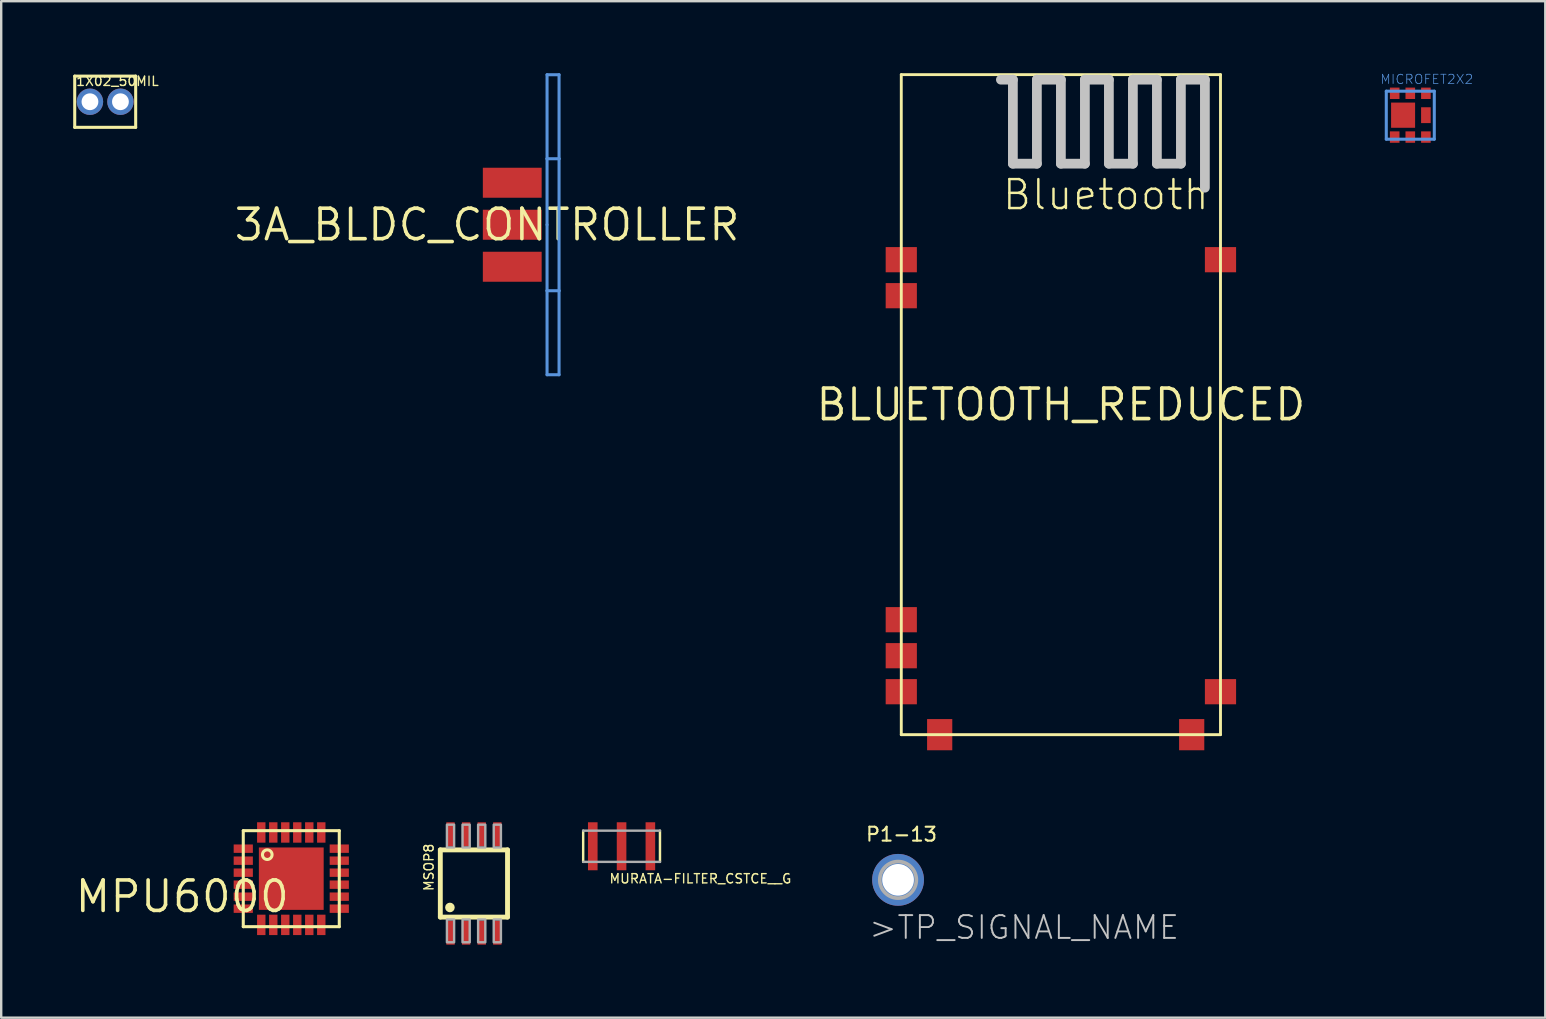
<source format=kicad_pcb>
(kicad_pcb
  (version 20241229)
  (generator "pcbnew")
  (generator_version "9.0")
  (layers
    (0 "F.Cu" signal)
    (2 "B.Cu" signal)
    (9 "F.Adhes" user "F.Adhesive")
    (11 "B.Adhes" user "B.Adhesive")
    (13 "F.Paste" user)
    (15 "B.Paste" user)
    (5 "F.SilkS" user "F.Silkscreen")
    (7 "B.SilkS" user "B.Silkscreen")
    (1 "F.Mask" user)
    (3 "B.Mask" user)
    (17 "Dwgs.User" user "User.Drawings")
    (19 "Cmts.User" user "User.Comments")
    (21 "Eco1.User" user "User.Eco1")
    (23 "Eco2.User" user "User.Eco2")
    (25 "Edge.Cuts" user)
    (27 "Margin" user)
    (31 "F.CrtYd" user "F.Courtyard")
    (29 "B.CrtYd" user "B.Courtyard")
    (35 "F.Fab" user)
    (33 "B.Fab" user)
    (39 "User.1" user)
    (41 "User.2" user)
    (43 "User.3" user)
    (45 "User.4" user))
  (footprint "MURATA-FILTER_CSTCE__G"
    (layer "F.Cu")
    (at 22.848 32.21)
    (property "Reference" "MURATA-FILTER_CSTCE__G" (at -0.54 1.576 0) (layer "F.SilkS") (effects (font (size 0.386 0.386) (thickness 0.058)) (justify left bottom)))
    (attr through_hole)
    (fp_line (start -1.6 -0.65) (end -1.6 0.65) (stroke (width 0.102) (type solid)) (layer "F.SilkS"))
    (fp_line (start 1.6 0.65) (end 1.6 -0.65) (stroke (width 0.102) (type solid)) (layer "F.SilkS"))
    (fp_line (start -1.6 0.65) (end 1.6 0.65) (stroke (width 0.102) (type solid)) (layer "F.Fab"))
    (fp_line (start 1.6 -0.65) (end -1.6 -0.65) (stroke (width 0.102) (type solid)) (layer "F.Fab"))
    (pad "1" smd rect (at -1.2 0) (size 0.4 2) (layers "F.Cu" "F.Mask" "F.Paste"))
    (pad "2" smd rect (at 0 0) (size 0.4 2) (layers "F.Cu" "F.Mask" "F.Paste"))
    (pad "3" smd rect (at 1.2 0) (size 0.4 2) (layers "F.Cu" "F.Mask" "F.Paste")))
  (footprint "MPU6000"
    (layer "F.Cu")
    (at 9.086 33.56)
    (property "Reference" "MPU6000" (at 0 0 0) (layer "F.SilkS") (effects (font (size 1.27 1.27) (thickness 0.15)) (justify right top)))
    (attr through_hole)
    (fp_line (start -2 -2) (end 2 -2) (stroke (width 0.127) (type solid)) (layer "F.SilkS"))
    (fp_line (start -2 2) (end -2 -2) (stroke (width 0.127) (type solid)) (layer "F.SilkS"))
    (fp_line (start 2 -2) (end 2 2) (stroke (width 0.127) (type solid)) (layer "F.SilkS"))
    (fp_line (start 2 2) (end -2 2) (stroke (width 0.127) (type solid)) (layer "F.SilkS"))
    (fp_circle (center -1 -1) (end -0.8 -1) (stroke (width 0.127) (type solid)) (fill no) (layer "F.SilkS"))
    (pad "1" smd rect (at -2 -1.25) (size 0.8 0.35) (layers "F.Cu" "F.Mask" "F.Paste"))
    (pad "2" smd rect (at -2 -0.75) (size 0.8 0.35) (layers "F.Cu" "F.Mask" "F.Paste"))
    (pad "3" smd rect (at -2 -0.25) (size 0.8 0.35) (layers "F.Cu" "F.Mask" "F.Paste"))
    (pad "4" smd rect (at -2 0.25) (size 0.8 0.35) (layers "F.Cu" "F.Mask" "F.Paste"))
    (pad "5" smd rect (at -2 0.75) (size 0.8 0.35) (layers "F.Cu" "F.Mask" "F.Paste"))
    (pad "6" smd rect (at -2 1.25) (size 0.8 0.35) (layers "F.Cu" "F.Mask" "F.Paste"))
    (pad "7" smd rect (at -1.25 1.925) (size 0.35 0.85) (layers "F.Cu" "F.Mask" "F.Paste"))
    (pad "8" smd rect (at -0.75 1.925) (size 0.35 0.85) (layers "F.Cu" "F.Mask" "F.Paste"))
    (pad "9" smd rect (at -0.25 1.925) (size 0.35 0.85) (layers "F.Cu" "F.Mask" "F.Paste"))
    (pad "10" smd rect (at 0.25 1.925) (size 0.35 0.85) (layers "F.Cu" "F.Mask" "F.Paste"))
    (pad "11" smd rect (at 0.75 1.925) (size 0.35 0.85) (layers "F.Cu" "F.Mask" "F.Paste"))
    (pad "12" smd rect (at 1.25 1.925) (size 0.35 0.85) (layers "F.Cu" "F.Mask" "F.Paste"))
    (pad "13" smd rect (at 2 1.25) (size 0.8 0.35) (layers "F.Cu" "F.Mask" "F.Paste"))
    (pad "14" smd rect (at 2 0.75) (size 0.8 0.35) (layers "F.Cu" "F.Mask" "F.Paste"))
    (pad "15" smd rect (at 2 0.25) (size 0.8 0.35) (layers "F.Cu" "F.Mask" "F.Paste"))
    (pad "16" smd rect (at 2 -0.25) (size 0.8 0.35) (layers "F.Cu" "F.Mask" "F.Paste"))
    (pad "17" smd rect (at 2 -0.75) (size 0.8 0.35) (layers "F.Cu" "F.Mask" "F.Paste"))
    (pad "18" smd rect (at 2 -1.25) (size 0.8 0.35) (layers "F.Cu" "F.Mask" "F.Paste"))
    (pad "19" smd rect (at 1.25 -1.925) (size 0.35 0.85) (layers "F.Cu" "F.Mask" "F.Paste"))
    (pad "20" smd rect (at 0.75 -1.925) (size 0.35 0.85) (layers "F.Cu" "F.Mask" "F.Paste"))
    (pad "21" smd rect (at 0.25 -1.925) (size 0.35 0.85) (layers "F.Cu" "F.Mask" "F.Paste"))
    (pad "22" smd rect (at -0.25 -1.925) (size 0.35 0.85) (layers "F.Cu" "F.Mask" "F.Paste"))
    (pad "23" smd rect (at -0.75 -1.925) (size 0.35 0.85) (layers "F.Cu" "F.Mask" "F.Paste"))
    (pad "24" smd rect (at -1.25 -1.925) (size 0.35 0.85) (layers "F.Cu" "F.Mask" "F.Paste"))
    (pad "25" smd rect (at 0 0) (size 2.7 2.6) (layers "F.Cu" "F.Mask")))
  (footprint "MSOP8"
    (layer "F.Cu")
    (at 16.696 33.76)
    (property "Reference" "MSOP8" (at -1.65 0.35 90) (layer "F.SilkS") (effects (font (size 0.386 0.386) (thickness 0.058)) (justify left bottom)))
    (attr through_hole)
    (fp_line (start -1.4 -1.4) (end 1.4 -1.4) (stroke (width 0.203) (type solid)) (layer "F.SilkS"))
    (fp_line (start -1.4 1.4) (end -1.4 -1.4) (stroke (width 0.203) (type solid)) (layer "F.SilkS"))
    (fp_line (start 1.4 -1.4) (end 1.4 1.4) (stroke (width 0.203) (type solid)) (layer "F.SilkS"))
    (fp_line (start 1.4 1.4) (end -1.4 1.4) (stroke (width 0.203) (type solid)) (layer "F.SilkS"))
    (fp_circle (center -1 1) (end -0.9 1) (stroke (width 0.2) (type solid)) (fill no) (layer "F.SilkS"))
    (fp_poly (pts (xy -1.125 2.45) (xy -0.825 2.45) (xy -0.825 1.5) (xy -1.125 1.5)) (stroke (width 0.1) (type solid)) (fill no) (layer "F.Fab"))
    (fp_poly (pts (xy -1.125 -1.5) (xy -0.825 -1.5) (xy -0.825 -2.45) (xy -1.125 -2.45)) (stroke (width 0.1) (type solid)) (fill no) (layer "F.Fab"))
    (fp_poly (pts (xy -0.475 -1.5) (xy -0.175 -1.5) (xy -0.175 -2.45) (xy -0.475 -2.45)) (stroke (width 0.1) (type solid)) (fill no) (layer "F.Fab"))
    (fp_poly (pts (xy -0.475 2.45) (xy -0.175 2.45) (xy -0.175 1.5) (xy -0.475 1.5)) (stroke (width 0.1) (type solid)) (fill no) (layer "F.Fab"))
    (fp_poly (pts (xy 0.175 -1.5) (xy 0.475 -1.5) (xy 0.475 -2.45) (xy 0.175 -2.45)) (stroke (width 0.1) (type solid)) (fill no) (layer "F.Fab"))
    (fp_poly (pts (xy 0.175 2.45) (xy 0.475 2.45) (xy 0.475 1.5) (xy 0.175 1.5)) (stroke (width 0.1) (type solid)) (fill no) (layer "F.Fab"))
    (fp_poly (pts (xy 0.825 2.45) (xy 1.125 2.45) (xy 1.125 1.5) (xy 0.825 1.5)) (stroke (width 0.1) (type solid)) (fill no) (layer "F.Fab"))
    (fp_poly (pts (xy 0.825 -1.5) (xy 1.125 -1.5) (xy 1.125 -2.45) (xy 0.825 -2.45)) (stroke (width 0.1) (type solid)) (fill no) (layer "F.Fab"))
    (pad "1" smd rect (at -0.975 2.05) (size 0.35 1) (layers "F.Cu" "F.Mask" "F.Paste"))
    (pad "2" smd rect (at -0.325 2.05) (size 0.35 1) (layers "F.Cu" "F.Mask" "F.Paste"))
    (pad "3" smd rect (at 0.325 2.05) (size 0.35 1) (layers "F.Cu" "F.Mask" "F.Paste"))
    (pad "4" smd rect (at 0.975 2.05) (size 0.35 1) (layers "F.Cu" "F.Mask" "F.Paste"))
    (pad "5" smd rect (at 0.975 -2.05) (size 0.35 1) (layers "F.Cu" "F.Mask" "F.Paste"))
    (pad "6" smd rect (at 0.325 -2.05) (size 0.35 1) (layers "F.Cu" "F.Mask" "F.Paste"))
    (pad "7" smd rect (at -0.325 -2.05) (size 0.35 1) (layers "F.Cu" "F.Mask" "F.Paste"))
    (pad "8" smd rect (at -0.975 -2.05) (size 0.35 1) (layers "F.Cu" "F.Mask" "F.Paste")))
  (footprint "P1-13"
    (layer "F.Cu")
    (at 34.368 33.609)
    (property "Reference" "P1-13" (at -1.389 -1.559 180) (layer "F.SilkS") (effects (font (size 0.579 0.579) (thickness 0.087)) (justify left bottom)))
    (attr through_hole)
    (fp_circle (center 0 0) (end 0.762 0) (stroke (width 0.152) (type solid)) (fill no) (layer "F.Fab"))
    (fp_poly (pts (xy -0.33 0.33) (xy 0.33 0.33) (xy 0.33 -0.33) (xy -0.33 -0.33)) (stroke (width 0.1) (type solid)) (fill no) (layer "F.Fab"))
    (fp_text user ">TP_SIGNAL_NAME" (at -1.27 2.54 0) (layer "Dwgs.User") (effects (font (size 0.95 0.95) (thickness 0.08)) (justify left bottom)))
    (pad "TP" thru_hole circle (at 0 0) (size 2.159 2.159) (drill 1.321) (layers "*.Cu" "*.Mask")))
  (footprint "MICROFET2X2"
    (layer "F.Cu")
    (at 55.71 1.749)
    (property "Reference" "MICROFET2X2" (at -1.27 -1.27 180) (layer "Cmts.User") (effects (font (size 0.386 0.386) (thickness 0.031)) (justify left bottom)))
    (attr through_hole)
    (fp_line (start -1 -1) (end 1 -1) (stroke (width 0.127) (type solid)) (layer "Cmts.User"))
    (fp_line (start -1 1) (end -1 -1) (stroke (width 0.127) (type solid)) (layer "Cmts.User"))
    (fp_line (start 1 -1) (end 1 1) (stroke (width 0.127) (type solid)) (layer "Cmts.User"))
    (fp_line (start 1 1) (end -1 1) (stroke (width 0.127) (type solid)) (layer "Cmts.User"))
    (pad "P$1" smd rect (at -0.65 0.912 90) (size 0.475 0.4) (layers "F.Cu" "F.Mask" "F.Paste"))
    (pad "P$2" smd rect (at 0 0.912 90) (size 0.475 0.4) (layers "F.Cu" "F.Mask" "F.Paste"))
    (pad "P$3" smd rect (at 0.65 0.912 90) (size 0.475 0.4) (layers "F.Cu" "F.Mask" "F.Paste"))
    (pad "P$4" smd rect (at 0.65 -0.912 90) (size 0.475 0.4) (layers "F.Cu" "F.Mask" "F.Paste"))
    (pad "P$5" smd rect (at 0 -0.912 90) (size 0.475 0.4) (layers "F.Cu" "F.Mask" "F.Paste"))
    (pad "P$6" smd rect (at -0.65 -0.912 90) (size 0.475 0.4) (layers "F.Cu" "F.Mask" "F.Paste"))
    (pad "P$7" smd rect (at 0.65 0 90) (size 0.66 0.4) (layers "F.Cu" "F.Mask" "F.Paste"))
    (pad "P$8" smd rect (at -0.3 0 270) (size 1.05 1) (layers "F.Cu" "F.Mask" "F.Paste")))
  (footprint "1X02_50MIL"
    (layer "F.Cu")
    (at 1.333 1.189)
    (property "Reference" "1X02_50MIL" (at -1.246 -0.629 0) (layer "F.SilkS") (effects (font (size 0.386 0.386) (thickness 0.058)) (justify left bottom)))
    (attr through_hole)
    (fp_line (start -1.27 -1.067) (end 1.27 -1.067) (stroke (width 0.127) (type solid)) (layer "F.SilkS"))
    (fp_line (start -1.27 1.067) (end -1.27 -1.067) (stroke (width 0.127) (type solid)) (layer "F.SilkS"))
    (fp_line (start 1.27 -1.067) (end 1.27 1.067) (stroke (width 0.127) (type solid)) (layer "F.SilkS"))
    (fp_line (start 1.27 1.067) (end -1.27 1.067) (stroke (width 0.127) (type solid)) (layer "F.SilkS"))
    (pad "1" thru_hole circle (at -0.635 0) (size 1.1 1.1) (drill 0.7) (layers "*.Cu" "*.Mask"))
    (pad "2" thru_hole circle (at 0.635 0) (size 1.1 1.1) (drill 0.7) (layers "*.Cu" "*.Mask")))
  (footprint "3A_BLDC_CONTROLLER"
    (layer "F.Cu")
    (at 17.243 6.314)
    (property "Reference" "3A_BLDC_CONTROLLER" (at 0 0 0) (layer "F.SilkS") (effects (font (size 1.27 1.27) (thickness 0.15))))
    (attr through_hole)
    (fp_line (start 2.5 -6.25) (end 3 -6.25) (stroke (width 0.127) (type solid)) (layer "Cmts.User"))
    (fp_line (start 2.5 -2.75) (end 2.5 -6.25) (stroke (width 0.127) (type solid)) (layer "Cmts.User"))
    (fp_line (start 2.5 -2.75) (end 3 -2.75) (stroke (width 0.127) (type solid)) (layer "Cmts.User"))
    (fp_line (start 2.5 0) (end 2.5 -2.75) (stroke (width 0.127) (type solid)) (layer "Cmts.User"))
    (fp_line (start 2.5 2.75) (end 2.5 0) (stroke (width 0.127) (type solid)) (layer "Cmts.User"))
    (fp_line (start 2.5 2.75) (end 3 2.75) (stroke (width 0.127) (type solid)) (layer "Cmts.User"))
    (fp_line (start 2.5 6.25) (end 2.5 2.75) (stroke (width 0.127) (type solid)) (layer "Cmts.User"))
    (fp_line (start 3 -6.25) (end 3 -2.75) (stroke (width 0.127) (type solid)) (layer "Cmts.User"))
    (fp_line (start 3 -2.75) (end 3 2.75) (stroke (width 0.127) (type solid)) (layer "Cmts.User"))
    (fp_line (start 3 2.75) (end 3 6.25) (stroke (width 0.127) (type solid)) (layer "Cmts.User"))
    (fp_line (start 3 6.25) (end 2.5 6.25) (stroke (width 0.127) (type solid)) (layer "Cmts.User"))
    (pad "1" smd rect (at 1.05 -1.75) (size 2.45 1.25) (layers "F.Cu" "F.Mask" "F.Paste"))
    (pad "2" smd rect (at 1.05 0) (size 2.45 1.25) (layers "F.Cu" "F.Mask" "F.Paste"))
    (pad "3" smd rect (at 1.05 1.75) (size 2.45 1.25) (layers "F.Cu" "F.Mask" "F.Paste")))
  (footprint "BLUETOOTH_REDUCED"
    (layer "F.Cu")
    (at 41.152 13.81)
    (property "Reference" "BLUETOOTH_REDUCED" (at 0 0 0) (layer "F.SilkS") (effects (font (size 1.27 1.27) (thickness 0.15))))
    (attr through_hole)
    (fp_line (start -6.65 -13.75) (end 6.65 -13.75) (stroke (width 0.12) (type solid)) (layer "F.SilkS"))
    (fp_line (start -6.65 13.75) (end -6.65 -13.75) (stroke (width 0.12) (type solid)) (layer "F.SilkS"))
    (fp_line (start 6.65 -13.75) (end 6.65 13.75) (stroke (width 0.12) (type solid)) (layer "F.SilkS"))
    (fp_line (start 6.65 13.75) (end -6.65 13.75) (stroke (width 0.12) (type solid)) (layer "F.SilkS"))
    (fp_line (start -2 -13.54) (end -2.5 -13.54) (stroke (width 0.406) (type solid)) (layer "Dwgs.User"))
    (fp_line (start -2 -10.04) (end -2 -13.54) (stroke (width 0.406) (type solid)) (layer "Dwgs.User"))
    (fp_line (start -1 -13.54) (end -1 -10.04) (stroke (width 0.406) (type solid)) (layer "Dwgs.User"))
    (fp_line (start -1 -10.04) (end -2 -10.04) (stroke (width 0.406) (type solid)) (layer "Dwgs.User"))
    (fp_line (start 0 -13.54) (end -1 -13.54) (stroke (width 0.406) (type solid)) (layer "Dwgs.User"))
    (fp_line (start 0 -10.04) (end 0 -13.54) (stroke (width 0.406) (type solid)) (layer "Dwgs.User"))
    (fp_line (start 1 -13.54) (end 1 -10.04) (stroke (width 0.406) (type solid)) (layer "Dwgs.User"))
    (fp_line (start 1 -10.04) (end 0 -10.04) (stroke (width 0.406) (type solid)) (layer "Dwgs.User"))
    (fp_line (start 2 -13.54) (end 1 -13.54) (stroke (width 0.406) (type solid)) (layer "Dwgs.User"))
    (fp_line (start 2 -10.04) (end 2 -13.54) (stroke (width 0.406) (type solid)) (layer "Dwgs.User"))
    (fp_line (start 3 -13.54) (end 3 -10.04) (stroke (width 0.406) (type solid)) (layer "Dwgs.User"))
    (fp_line (start 3 -10.04) (end 2 -10.04) (stroke (width 0.406) (type solid)) (layer "Dwgs.User"))
    (fp_line (start 4 -13.54) (end 3 -13.54) (stroke (width 0.406) (type solid)) (layer "Dwgs.User"))
    (fp_line (start 4 -10.04) (end 4 -13.54) (stroke (width 0.406) (type solid)) (layer "Dwgs.User"))
    (fp_line (start 5 -13.54) (end 5 -10.04) (stroke (width 0.406) (type solid)) (layer "Dwgs.User"))
    (fp_line (start 5 -10.04) (end 4 -10.04) (stroke (width 0.406) (type solid)) (layer "Dwgs.User"))
    (fp_line (start 6 -13.54) (end 5 -13.54) (stroke (width 0.406) (type solid)) (layer "Dwgs.User"))
    (fp_line (start 6 -9.04) (end 6 -13.54) (stroke (width 0.406) (type solid)) (layer "Dwgs.User"))
    (fp_text user "Bluetooth" (at -2.5 -8.04 0) (layer "F.SilkS") (effects (font (size 1.206 1.206) (thickness 0.102)) (justify left bottom)))
    (pad "P$1" smd rect (at -6.65 -6.04) (size 1.3 1.05) (layers "F.Cu" "F.Mask" "F.Paste"))
    (pad "P$2" smd rect (at -6.65 -4.54) (size 1.3 1.05) (layers "F.Cu" "F.Mask" "F.Paste"))
    (pad "P$11" smd rect (at -6.65 8.96) (size 1.3 1.05) (layers "F.Cu" "F.Mask" "F.Paste"))
    (pad "P$12" smd rect (at -6.65 10.46) (size 1.3 1.05) (layers "F.Cu" "F.Mask" "F.Paste"))
    (pad "P$13" smd rect (at -6.65 11.96) (size 1.3 1.05) (layers "F.Cu" "F.Mask" "F.Paste"))
    (pad "P$14" smd rect (at -5.05 13.75 90) (size 1.3 1.05) (layers "F.Cu" "F.Mask" "F.Paste"))
    (pad "P$21" smd rect (at 5.45 13.75 90) (size 1.3 1.05) (layers "F.Cu" "F.Mask" "F.Paste"))
    (pad "P$22" smd rect (at 6.65 11.96 180) (size 1.3 1.05) (layers "F.Cu" "F.Mask" "F.Paste"))
    (pad "P$34" smd rect (at 6.65 -6.04 180) (size 1.3 1.05) (layers "F.Cu" "F.Mask" "F.Paste")))
  (gr_rect
    (start -3 -3)
    (end 61.335 39.351)
    (stroke (width 0.1) (type default))
    (fill no)
    (layer "Edge.Cuts")))
</source>
